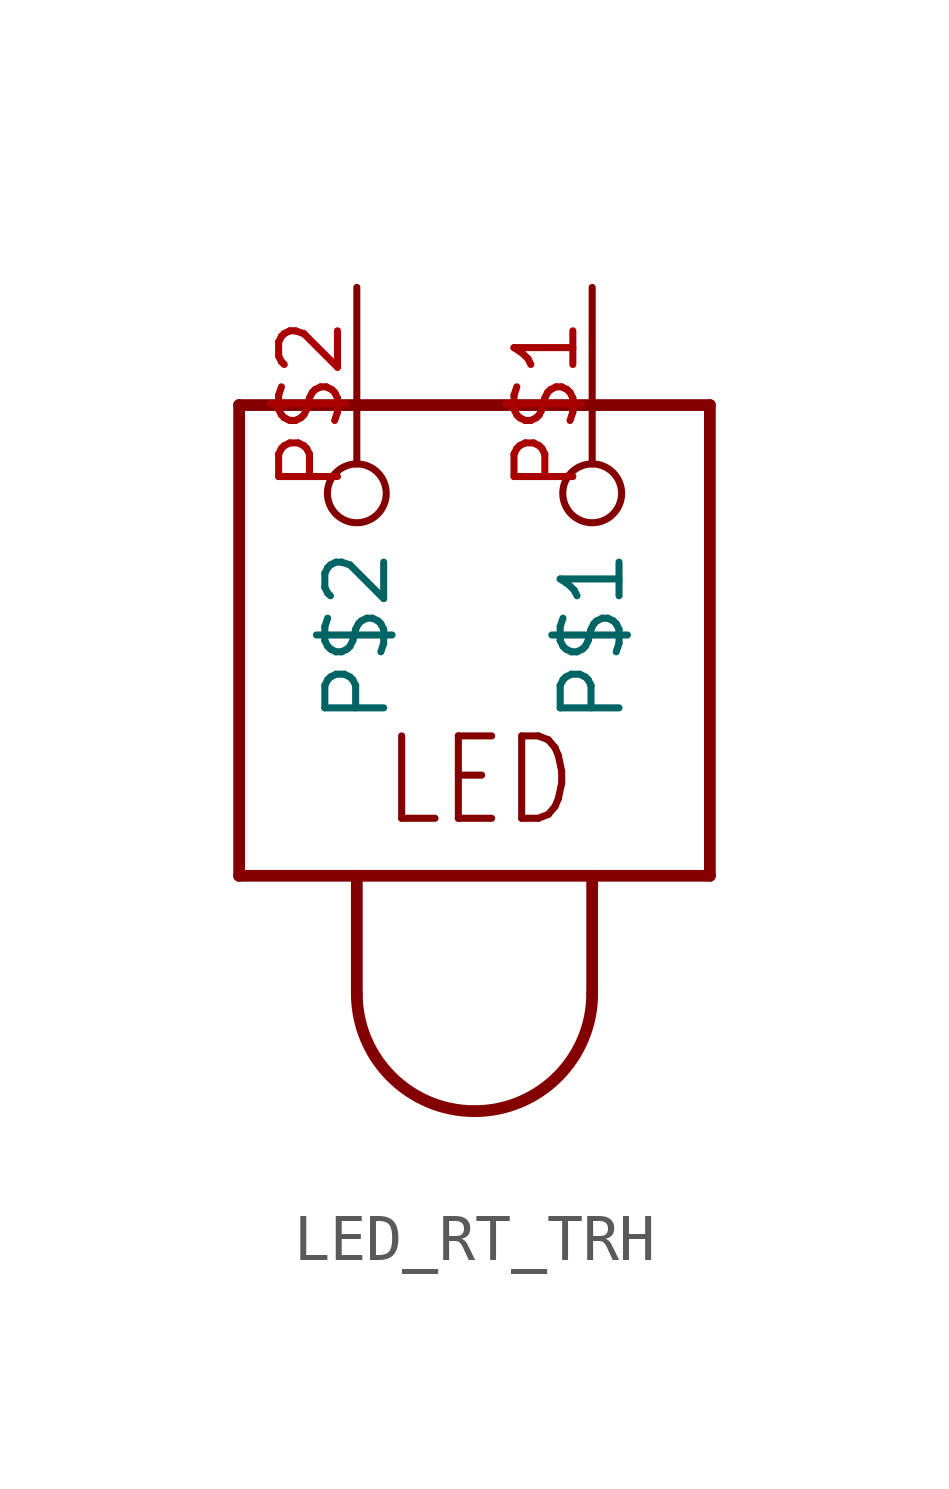
<source format=kicad_sym>
(kicad_symbol_lib
  (version 20220914)
  (generator kicad_symbol_editor)
  (symbol "LED_RT_TRH"
    (property "Reference" ""
      (at 0 0 0)
      (effects (font (size 1.27 1.27)) hide))
    (property "ki_locked" ""
      (at 0 0 0)
      (effects (font (size 1.27 1.27))))
    (symbol "LED_RT_TRH_1_0"
      (arc (start -2.54 -7.62) (mid -1.7961 -9.4161) (end 0 -10.16) (stroke (width 0.254) (type solid)) (fill (type none)))
      (arc (start 0 -10.16) (mid 1.7961 -9.4161) (end 2.54 -7.62) (stroke (width 0.254) (type solid)) (fill (type none)))
      (polyline (pts (xy -5.08 -5.08) (xy -2.54 -5.08)) (stroke (width 0.254) (type solid)) (fill (type none)))
      (polyline (pts (xy -5.08 5.08) (xy -5.08 -5.08)) (stroke (width 0.254) (type solid)) (fill (type none)))
      (polyline (pts (xy -2.54 -5.08) (xy -2.54 -7.62)) (stroke (width 0.254) (type solid)) (fill (type none)))
      (polyline (pts (xy -2.54 -5.08) (xy 2.54 -5.08)) (stroke (width 0.254) (type solid)) (fill (type none)))
      (polyline (pts (xy 2.54 -7.62) (xy 2.54 -5.08)) (stroke (width 0.254) (type solid)) (fill (type none)))
      (polyline (pts (xy 2.54 -5.08) (xy 5.08 -5.08)) (stroke (width 0.254) (type solid)) (fill (type none)))
      (polyline (pts (xy 5.08 -5.08) (xy 5.08 5.08)) (stroke (width 0.254) (type solid)) (fill (type none)))
      (polyline (pts (xy 5.08 5.08) (xy -5.08 5.08)) (stroke (width 0.254) (type solid)) (fill (type none)))
      (text "LED" (at -2.032 -4.064 0) (effects (font (size 1.778 1.511)) (justify left bottom)))
      (pin bidirectional inverted (at 2.54 7.62 270) (length 5.08) (name "P$1" (effects (font (size 1.27 1.27)))) (number "P$1" (effects (font (size 1.27 1.27)))))
      (pin bidirectional inverted (at -2.54 7.62 270) (length 5.08) (name "P$2" (effects (font (size 1.27 1.27)))) (number "P$2" (effects (font (size 1.27 1.27))))))))
</source>
